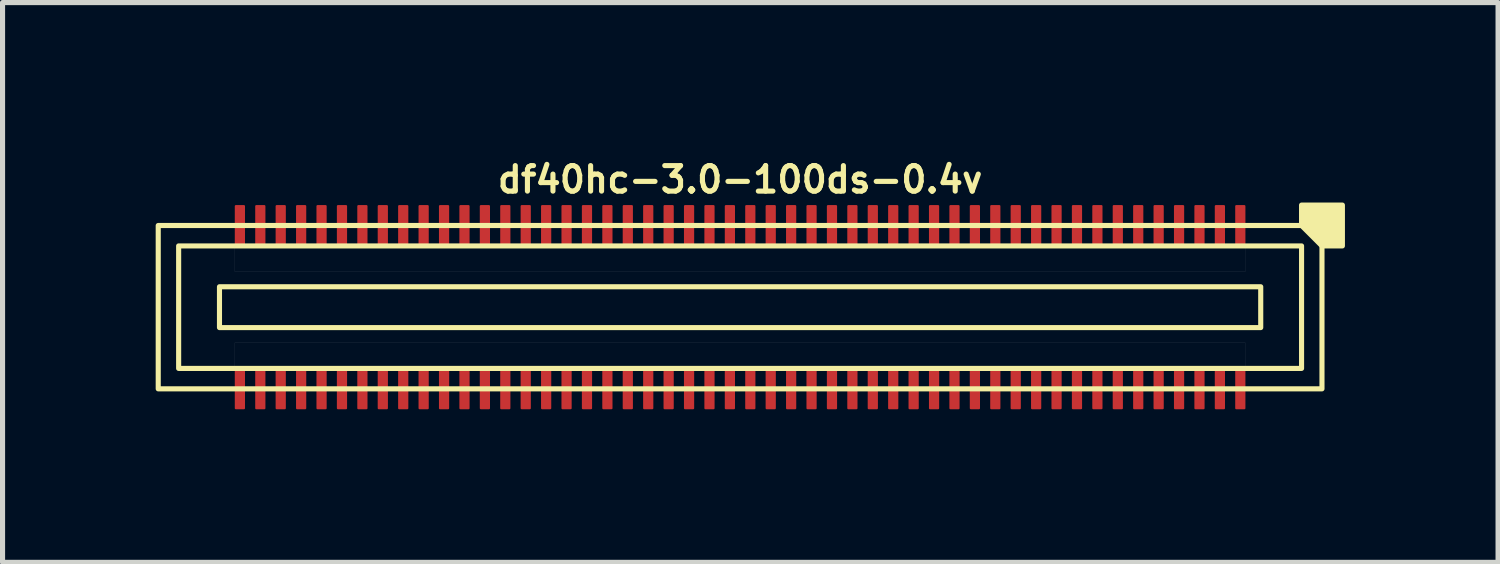
<source format=kicad_pcb>
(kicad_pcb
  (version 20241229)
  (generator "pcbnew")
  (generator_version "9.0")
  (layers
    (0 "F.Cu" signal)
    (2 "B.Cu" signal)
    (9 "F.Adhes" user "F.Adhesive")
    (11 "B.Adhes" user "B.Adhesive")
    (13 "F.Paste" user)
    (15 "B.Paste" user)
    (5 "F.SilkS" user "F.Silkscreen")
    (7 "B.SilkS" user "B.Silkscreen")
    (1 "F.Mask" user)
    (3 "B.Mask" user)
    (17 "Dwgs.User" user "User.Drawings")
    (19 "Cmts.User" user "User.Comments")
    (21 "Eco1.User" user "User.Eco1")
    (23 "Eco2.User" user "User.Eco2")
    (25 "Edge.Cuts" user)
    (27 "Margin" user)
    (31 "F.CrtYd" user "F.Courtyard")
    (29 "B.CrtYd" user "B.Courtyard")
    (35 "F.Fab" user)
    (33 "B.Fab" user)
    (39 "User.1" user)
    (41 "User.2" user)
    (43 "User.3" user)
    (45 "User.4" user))
  (footprint "df40hc-3.0-100ds-0.4v"
    (layer "F.Cu")
    (at 11.45 2.968)
    (property "Reference" "df40hc-3.0-100ds-0.4v" (at 0 -2.5 180) (layer "F.SilkS") (effects (font (size 0.5 0.5) (thickness 0.1))))
    (attr smd)
    (fp_rect (start -10.2 -0.4) (end 10.2 0.4) (stroke (width 0.1) (type default)) (fill no) (layer "F.SilkS"))
    (fp_rect (start 11 -1.2) (end -11 1.2) (stroke (width 0.1) (type default)) (fill no) (layer "F.SilkS"))
    (fp_rect (start 11.4 -1.6) (end -11.4 1.6) (stroke (width 0.1) (type default)) (fill no) (layer "F.SilkS"))
    (fp_poly (pts (xy 11 -1.6) (xy 11 -2) (xy 11.8 -2) (xy 11.8 -1.2) (xy 11.4 -1.2)) (stroke (width 0.1) (type solid)) (fill yes) (layer "F.SilkS"))
    (fp_poly (pts (xy -9.9 -1.2) (xy 9.9 -1.2) (xy 9.9 -0.7) (xy -9.9 -0.7)) (stroke (width 0.001) (type solid)) (fill no) (layer "Dwgs.User"))
    (fp_poly (pts (xy -9.9 0.7) (xy 9.9 0.7) (xy 9.9 1.2) (xy -9.9 1.2)) (stroke (width 0.001) (type solid)) (fill no) (layer "Dwgs.User"))
    (pad "1" smd roundrect (at 9.8 -1.6) (size 0.2 0.8) (layers "F.Cu" "F.Mask" "F.Paste") (roundrect_rratio 0.1))
    (pad "2" smd roundrect (at 9.8 1.6) (size 0.2 0.8) (layers "F.Cu" "F.Mask" "F.Paste") (roundrect_rratio 0.1))
    (pad "3" smd roundrect (at 9.4 -1.6) (size 0.2 0.8) (layers "F.Cu" "F.Mask" "F.Paste") (roundrect_rratio 0.1))
    (pad "4" smd roundrect (at 9.4 1.6) (size 0.2 0.8) (layers "F.Cu" "F.Mask" "F.Paste") (roundrect_rratio 0.1))
    (pad "5" smd roundrect (at 9 -1.6) (size 0.2 0.8) (layers "F.Cu" "F.Mask" "F.Paste") (roundrect_rratio 0.1))
    (pad "6" smd roundrect (at 9 1.6) (size 0.2 0.8) (layers "F.Cu" "F.Mask" "F.Paste") (roundrect_rratio 0.1))
    (pad "7" smd roundrect (at 8.6 -1.6) (size 0.2 0.8) (layers "F.Cu" "F.Mask" "F.Paste") (roundrect_rratio 0.1))
    (pad "8" smd roundrect (at 8.6 1.6) (size 0.2 0.8) (layers "F.Cu" "F.Mask" "F.Paste") (roundrect_rratio 0.1))
    (pad "9" smd roundrect (at 8.2 -1.6) (size 0.2 0.8) (layers "F.Cu" "F.Mask" "F.Paste") (roundrect_rratio 0.1))
    (pad "10" smd roundrect (at 8.2 1.6) (size 0.2 0.8) (layers "F.Cu" "F.Mask" "F.Paste") (roundrect_rratio 0.1))
    (pad "11" smd roundrect (at 7.8 -1.6) (size 0.2 0.8) (layers "F.Cu" "F.Mask" "F.Paste") (roundrect_rratio 0.1))
    (pad "12" smd roundrect (at 7.8 1.6) (size 0.2 0.8) (layers "F.Cu" "F.Mask" "F.Paste") (roundrect_rratio 0.1))
    (pad "13" smd roundrect (at 7.4 -1.6) (size 0.2 0.8) (layers "F.Cu" "F.Mask" "F.Paste") (roundrect_rratio 0.1))
    (pad "14" smd roundrect (at 7.4 1.6) (size 0.2 0.8) (layers "F.Cu" "F.Mask" "F.Paste") (roundrect_rratio 0.1))
    (pad "15" smd roundrect (at 7 -1.6) (size 0.2 0.8) (layers "F.Cu" "F.Mask" "F.Paste") (roundrect_rratio 0.1))
    (pad "16" smd roundrect (at 7 1.6) (size 0.2 0.8) (layers "F.Cu" "F.Mask" "F.Paste") (roundrect_rratio 0.1))
    (pad "17" smd roundrect (at 6.6 -1.6) (size 0.2 0.8) (layers "F.Cu" "F.Mask" "F.Paste") (roundrect_rratio 0.1))
    (pad "18" smd roundrect (at 6.6 1.6) (size 0.2 0.8) (layers "F.Cu" "F.Mask" "F.Paste") (roundrect_rratio 0.1))
    (pad "19" smd roundrect (at 6.2 -1.6) (size 0.2 0.8) (layers "F.Cu" "F.Mask" "F.Paste") (roundrect_rratio 0.1))
    (pad "20" smd roundrect (at 6.2 1.6) (size 0.2 0.8) (layers "F.Cu" "F.Mask" "F.Paste") (roundrect_rratio 0.1))
    (pad "21" smd roundrect (at 5.8 -1.6) (size 0.2 0.8) (layers "F.Cu" "F.Mask" "F.Paste") (roundrect_rratio 0.1))
    (pad "22" smd roundrect (at 5.8 1.6) (size 0.2 0.8) (layers "F.Cu" "F.Mask" "F.Paste") (roundrect_rratio 0.1))
    (pad "23" smd roundrect (at 5.4 -1.6) (size 0.2 0.8) (layers "F.Cu" "F.Mask" "F.Paste") (roundrect_rratio 0.1))
    (pad "24" smd roundrect (at 5.4 1.6) (size 0.2 0.8) (layers "F.Cu" "F.Mask" "F.Paste") (roundrect_rratio 0.1))
    (pad "25" smd roundrect (at 5 -1.6) (size 0.2 0.8) (layers "F.Cu" "F.Mask" "F.Paste") (roundrect_rratio 0.1))
    (pad "26" smd roundrect (at 5 1.6) (size 0.2 0.8) (layers "F.Cu" "F.Mask" "F.Paste") (roundrect_rratio 0.1))
    (pad "27" smd roundrect (at 4.6 -1.6) (size 0.2 0.8) (layers "F.Cu" "F.Mask" "F.Paste") (roundrect_rratio 0.1))
    (pad "28" smd roundrect (at 4.6 1.6) (size 0.2 0.8) (layers "F.Cu" "F.Mask" "F.Paste") (roundrect_rratio 0.1))
    (pad "29" smd roundrect (at 4.2 -1.6) (size 0.2 0.8) (layers "F.Cu" "F.Mask" "F.Paste") (roundrect_rratio 0.1))
    (pad "30" smd roundrect (at 4.2 1.6) (size 0.2 0.8) (layers "F.Cu" "F.Mask" "F.Paste") (roundrect_rratio 0.1))
    (pad "31" smd roundrect (at 3.8 -1.6) (size 0.2 0.8) (layers "F.Cu" "F.Mask" "F.Paste") (roundrect_rratio 0.1))
    (pad "32" smd roundrect (at 3.8 1.6) (size 0.2 0.8) (layers "F.Cu" "F.Mask" "F.Paste") (roundrect_rratio 0.1))
    (pad "33" smd roundrect (at 3.4 -1.6) (size 0.2 0.8) (layers "F.Cu" "F.Mask" "F.Paste") (roundrect_rratio 0.1))
    (pad "34" smd roundrect (at 3.4 1.6) (size 0.2 0.8) (layers "F.Cu" "F.Mask" "F.Paste") (roundrect_rratio 0.1))
    (pad "35" smd roundrect (at 3 -1.6) (size 0.2 0.8) (layers "F.Cu" "F.Mask" "F.Paste") (roundrect_rratio 0.1))
    (pad "36" smd roundrect (at 3 1.6) (size 0.2 0.8) (layers "F.Cu" "F.Mask" "F.Paste") (roundrect_rratio 0.1))
    (pad "37" smd roundrect (at 2.6 -1.6) (size 0.2 0.8) (layers "F.Cu" "F.Mask" "F.Paste") (roundrect_rratio 0.1))
    (pad "38" smd roundrect (at 2.6 1.6) (size 0.2 0.8) (layers "F.Cu" "F.Mask" "F.Paste") (roundrect_rratio 0.1))
    (pad "39" smd roundrect (at 2.2 -1.6) (size 0.2 0.8) (layers "F.Cu" "F.Mask" "F.Paste") (roundrect_rratio 0.1))
    (pad "40" smd roundrect (at 2.2 1.6) (size 0.2 0.8) (layers "F.Cu" "F.Mask" "F.Paste") (roundrect_rratio 0.1))
    (pad "41" smd roundrect (at 1.8 -1.6) (size 0.2 0.8) (layers "F.Cu" "F.Mask" "F.Paste") (roundrect_rratio 0.1))
    (pad "42" smd roundrect (at 1.8 1.6) (size 0.2 0.8) (layers "F.Cu" "F.Mask" "F.Paste") (roundrect_rratio 0.1))
    (pad "43" smd roundrect (at 1.4 -1.6) (size 0.2 0.8) (layers "F.Cu" "F.Mask" "F.Paste") (roundrect_rratio 0.1))
    (pad "44" smd roundrect (at 1.4 1.6) (size 0.2 0.8) (layers "F.Cu" "F.Mask" "F.Paste") (roundrect_rratio 0.1))
    (pad "45" smd roundrect (at 1 -1.6) (size 0.2 0.8) (layers "F.Cu" "F.Mask" "F.Paste") (roundrect_rratio 0.1))
    (pad "46" smd roundrect (at 1 1.6) (size 0.2 0.8) (layers "F.Cu" "F.Mask" "F.Paste") (roundrect_rratio 0.1))
    (pad "47" smd roundrect (at 0.6 -1.6) (size 0.2 0.8) (layers "F.Cu" "F.Mask" "F.Paste") (roundrect_rratio 0.1))
    (pad "48" smd roundrect (at 0.6 1.6) (size 0.2 0.8) (layers "F.Cu" "F.Mask" "F.Paste") (roundrect_rratio 0.1))
    (pad "49" smd roundrect (at 0.2 -1.6) (size 0.2 0.8) (layers "F.Cu" "F.Mask" "F.Paste") (roundrect_rratio 0.1))
    (pad "50" smd roundrect (at 0.2 1.6) (size 0.2 0.8) (layers "F.Cu" "F.Mask" "F.Paste") (roundrect_rratio 0.1))
    (pad "51" smd roundrect (at -0.2 -1.6) (size 0.2 0.8) (layers "F.Cu" "F.Mask" "F.Paste") (roundrect_rratio 0.1))
    (pad "52" smd roundrect (at -0.2 1.6) (size 0.2 0.8) (layers "F.Cu" "F.Mask" "F.Paste") (roundrect_rratio 0.1))
    (pad "53" smd roundrect (at -0.6 -1.6) (size 0.2 0.8) (layers "F.Cu" "F.Mask" "F.Paste") (roundrect_rratio 0.1))
    (pad "54" smd roundrect (at -0.6 1.6) (size 0.2 0.8) (layers "F.Cu" "F.Mask" "F.Paste") (roundrect_rratio 0.1))
    (pad "55" smd roundrect (at -1 -1.6) (size 0.2 0.8) (layers "F.Cu" "F.Mask" "F.Paste") (roundrect_rratio 0.1))
    (pad "56" smd roundrect (at -1 1.6) (size 0.2 0.8) (layers "F.Cu" "F.Mask" "F.Paste") (roundrect_rratio 0.1))
    (pad "57" smd roundrect (at -1.4 -1.6) (size 0.2 0.8) (layers "F.Cu" "F.Mask" "F.Paste") (roundrect_rratio 0.1))
    (pad "58" smd roundrect (at -1.4 1.6) (size 0.2 0.8) (layers "F.Cu" "F.Mask" "F.Paste") (roundrect_rratio 0.1))
    (pad "59" smd roundrect (at -1.8 -1.6) (size 0.2 0.8) (layers "F.Cu" "F.Mask" "F.Paste") (roundrect_rratio 0.1))
    (pad "60" smd roundrect (at -1.8 1.6) (size 0.2 0.8) (layers "F.Cu" "F.Mask" "F.Paste") (roundrect_rratio 0.1))
    (pad "61" smd roundrect (at -2.2 -1.6) (size 0.2 0.8) (layers "F.Cu" "F.Mask" "F.Paste") (roundrect_rratio 0.1))
    (pad "62" smd roundrect (at -2.2 1.6) (size 0.2 0.8) (layers "F.Cu" "F.Mask" "F.Paste") (roundrect_rratio 0.1))
    (pad "63" smd roundrect (at -2.6 -1.6) (size 0.2 0.8) (layers "F.Cu" "F.Mask" "F.Paste") (roundrect_rratio 0.1))
    (pad "64" smd roundrect (at -2.6 1.6) (size 0.2 0.8) (layers "F.Cu" "F.Mask" "F.Paste") (roundrect_rratio 0.1))
    (pad "65" smd roundrect (at -3 -1.6) (size 0.2 0.8) (layers "F.Cu" "F.Mask" "F.Paste") (roundrect_rratio 0.1))
    (pad "66" smd roundrect (at -3 1.6) (size 0.2 0.8) (layers "F.Cu" "F.Mask" "F.Paste") (roundrect_rratio 0.1))
    (pad "67" smd roundrect (at -3.4 -1.6) (size 0.2 0.8) (layers "F.Cu" "F.Mask" "F.Paste") (roundrect_rratio 0.1))
    (pad "68" smd roundrect (at -3.4 1.6) (size 0.2 0.8) (layers "F.Cu" "F.Mask" "F.Paste") (roundrect_rratio 0.1))
    (pad "69" smd roundrect (at -3.8 -1.6) (size 0.2 0.8) (layers "F.Cu" "F.Mask" "F.Paste") (roundrect_rratio 0.1))
    (pad "70" smd roundrect (at -3.8 1.6) (size 0.2 0.8) (layers "F.Cu" "F.Mask" "F.Paste") (roundrect_rratio 0.1))
    (pad "71" smd roundrect (at -4.2 -1.6) (size 0.2 0.8) (layers "F.Cu" "F.Mask" "F.Paste") (roundrect_rratio 0.1))
    (pad "72" smd roundrect (at -4.2 1.6) (size 0.2 0.8) (layers "F.Cu" "F.Mask" "F.Paste") (roundrect_rratio 0.1))
    (pad "73" smd roundrect (at -4.6 -1.6) (size 0.2 0.8) (layers "F.Cu" "F.Mask" "F.Paste") (roundrect_rratio 0.1))
    (pad "74" smd roundrect (at -4.6 1.6) (size 0.2 0.8) (layers "F.Cu" "F.Mask" "F.Paste") (roundrect_rratio 0.1))
    (pad "75" smd roundrect (at -5 -1.6) (size 0.2 0.8) (layers "F.Cu" "F.Mask" "F.Paste") (roundrect_rratio 0.1))
    (pad "76" smd roundrect (at -5 1.6) (size 0.2 0.8) (layers "F.Cu" "F.Mask" "F.Paste") (roundrect_rratio 0.1))
    (pad "77" smd roundrect (at -5.4 -1.6) (size 0.2 0.8) (layers "F.Cu" "F.Mask" "F.Paste") (roundrect_rratio 0.1))
    (pad "78" smd roundrect (at -5.4 1.6) (size 0.2 0.8) (layers "F.Cu" "F.Mask" "F.Paste") (roundrect_rratio 0.1))
    (pad "79" smd roundrect (at -5.8 -1.6) (size 0.2 0.8) (layers "F.Cu" "F.Mask" "F.Paste") (roundrect_rratio 0.1))
    (pad "80" smd roundrect (at -5.8 1.6) (size 0.2 0.8) (layers "F.Cu" "F.Mask" "F.Paste") (roundrect_rratio 0.1))
    (pad "81" smd roundrect (at -6.2 -1.6) (size 0.2 0.8) (layers "F.Cu" "F.Mask" "F.Paste") (roundrect_rratio 0.1))
    (pad "82" smd roundrect (at -6.2 1.6) (size 0.2 0.8) (layers "F.Cu" "F.Mask" "F.Paste") (roundrect_rratio 0.1))
    (pad "83" smd roundrect (at -6.6 -1.6) (size 0.2 0.8) (layers "F.Cu" "F.Mask" "F.Paste") (roundrect_rratio 0.1))
    (pad "84" smd roundrect (at -6.6 1.6) (size 0.2 0.8) (layers "F.Cu" "F.Mask" "F.Paste") (roundrect_rratio 0.1))
    (pad "85" smd roundrect (at -7 -1.6) (size 0.2 0.8) (layers "F.Cu" "F.Mask" "F.Paste") (roundrect_rratio 0.1))
    (pad "86" smd roundrect (at -7 1.6) (size 0.2 0.8) (layers "F.Cu" "F.Mask" "F.Paste") (roundrect_rratio 0.1))
    (pad "87" smd roundrect (at -7.4 -1.6) (size 0.2 0.8) (layers "F.Cu" "F.Mask" "F.Paste") (roundrect_rratio 0.1))
    (pad "88" smd roundrect (at -7.4 1.6) (size 0.2 0.8) (layers "F.Cu" "F.Mask" "F.Paste") (roundrect_rratio 0.1))
    (pad "89" smd roundrect (at -7.8 -1.6) (size 0.2 0.8) (layers "F.Cu" "F.Mask" "F.Paste") (roundrect_rratio 0.1))
    (pad "90" smd roundrect (at -7.8 1.6) (size 0.2 0.8) (layers "F.Cu" "F.Mask" "F.Paste") (roundrect_rratio 0.1))
    (pad "91" smd roundrect (at -8.2 -1.6) (size 0.2 0.8) (layers "F.Cu" "F.Mask" "F.Paste") (roundrect_rratio 0.1))
    (pad "92" smd roundrect (at -8.2 1.6) (size 0.2 0.8) (layers "F.Cu" "F.Mask" "F.Paste") (roundrect_rratio 0.1))
    (pad "93" smd roundrect (at -8.6 -1.6) (size 0.2 0.8) (layers "F.Cu" "F.Mask" "F.Paste") (roundrect_rratio 0.1))
    (pad "94" smd roundrect (at -8.6 1.6) (size 0.2 0.8) (layers "F.Cu" "F.Mask" "F.Paste") (roundrect_rratio 0.1))
    (pad "95" smd roundrect (at -9 -1.6) (size 0.2 0.8) (layers "F.Cu" "F.Mask" "F.Paste") (roundrect_rratio 0.1))
    (pad "96" smd roundrect (at -9 1.6) (size 0.2 0.8) (layers "F.Cu" "F.Mask" "F.Paste") (roundrect_rratio 0.1))
    (pad "97" smd roundrect (at -9.4 -1.6) (size 0.2 0.8) (layers "F.Cu" "F.Mask" "F.Paste") (roundrect_rratio 0.1))
    (pad "98" smd roundrect (at -9.4 1.6) (size 0.2 0.8) (layers "F.Cu" "F.Mask" "F.Paste") (roundrect_rratio 0.1))
    (pad "99" smd roundrect (at -9.8 -1.6) (size 0.2 0.8) (layers "F.Cu" "F.Mask" "F.Paste") (roundrect_rratio 0.1))
    (pad "100" smd roundrect (at -9.8 1.6) (size 0.2 0.8) (layers "F.Cu" "F.Mask" "F.Paste") (roundrect_rratio 0.1)))
  (gr_rect
    (start -3 -3)
    (end 26.3 7.968)
    (stroke (width 0.1) (type default))
    (fill no)
    (layer "Edge.Cuts")))
</source>
